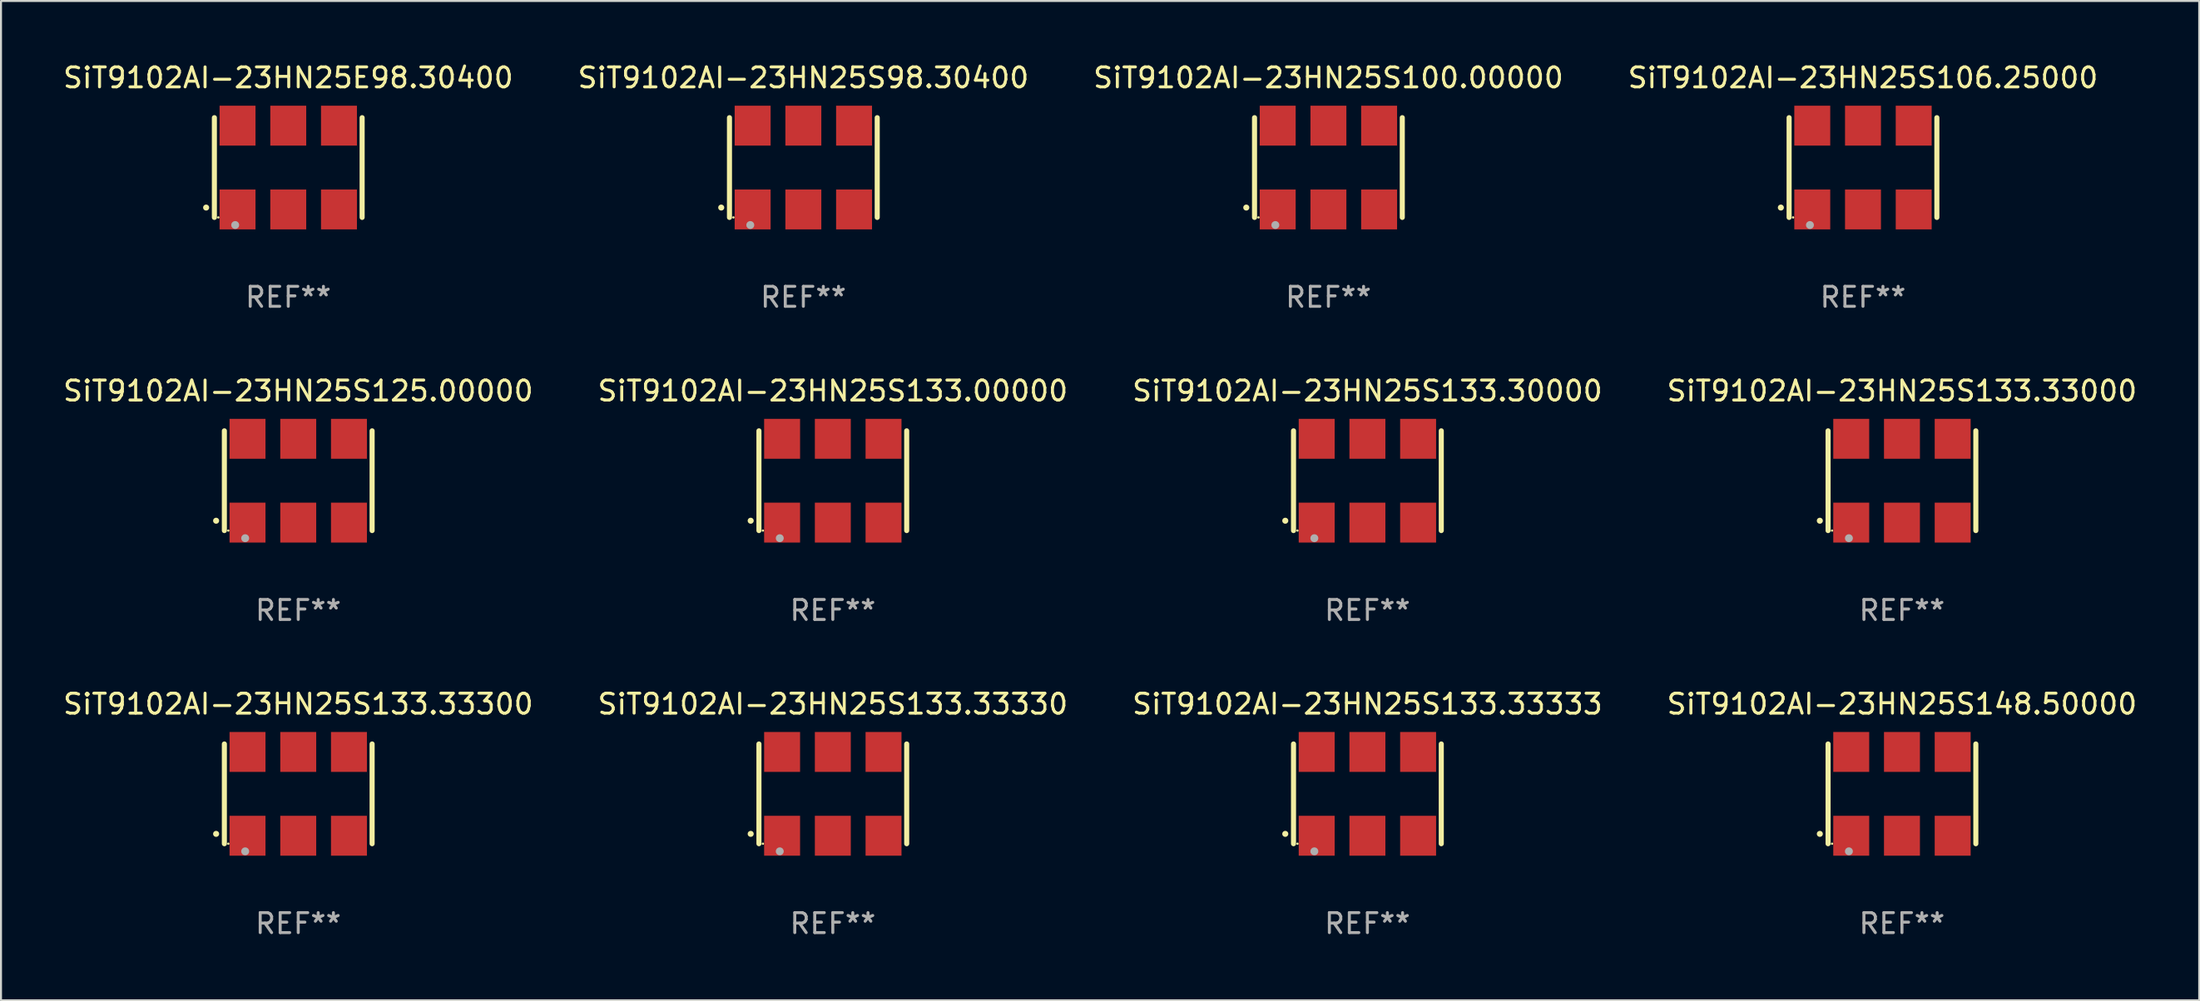
<source format=kicad_pcb>
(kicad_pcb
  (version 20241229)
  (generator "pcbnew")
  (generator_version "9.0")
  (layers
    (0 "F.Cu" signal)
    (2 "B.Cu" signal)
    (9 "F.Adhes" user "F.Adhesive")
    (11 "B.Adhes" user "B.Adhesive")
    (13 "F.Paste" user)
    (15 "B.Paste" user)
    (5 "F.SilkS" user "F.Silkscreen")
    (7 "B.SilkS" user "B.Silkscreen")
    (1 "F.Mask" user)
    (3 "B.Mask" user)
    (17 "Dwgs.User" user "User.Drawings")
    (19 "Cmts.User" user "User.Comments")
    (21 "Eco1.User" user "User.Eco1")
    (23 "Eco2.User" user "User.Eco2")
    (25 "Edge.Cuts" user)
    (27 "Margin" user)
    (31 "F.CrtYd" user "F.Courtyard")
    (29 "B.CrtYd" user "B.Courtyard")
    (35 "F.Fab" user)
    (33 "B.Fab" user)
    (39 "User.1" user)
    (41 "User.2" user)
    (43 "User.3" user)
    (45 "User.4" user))
  (footprint "SiT9102AI-23HN25S98.30400"
    (layer "F.Cu")
    (at 37.185 5.348)
    (property "Reference" "SiT9102AI-23HN25S98.30400" (at 0 -4.5 0) (layer "F.SilkS") (effects (font (size 1 1) (thickness 0.15))))
    (attr through_hole)
    (fp_line (start -3.7 -2.5) (end -3.7 2.5) (stroke (width 0.254) (type solid)) (layer "F.SilkS"))
    (fp_line (start 3.7 -2.5) (end 3.7 2.5) (stroke (width 0.254) (type solid)) (layer "F.SilkS"))
    (fp_arc (start -4.114415 2.006604) (mid -4.113145 2.006599) (end -4.111875 2.006604) (stroke (width 0.3) (type solid)) (layer "F.SilkS"))
    (fp_circle (center -3.502 2.5) (end -3.472 2.5) (stroke (width 0.06) (type solid)) (fill no) (layer "F.SilkS"))
    (fp_circle (center -2.657 2.882) (end -2.557 2.882) (stroke (width 0.2) (type solid)) (fill no) (layer "F.Fab"))
    (fp_text user "REF**" (at 0 6.5 0) (layer "F.Fab") (effects (font (size 1 1) (thickness 0.15))))
    (pad "1" smd rect (at -2.54 2.1) (size 1.8 2) (layers "F.Cu" "F.Mask" "F.Paste"))
    (pad "2" smd rect (at 0.000394 2.1) (size 1.8 2) (layers "F.Cu" "F.Mask" "F.Paste"))
    (pad "3" smd rect (at 2.54 2.1) (size 1.8 2) (layers "F.Cu" "F.Mask" "F.Paste"))
    (pad "4" smd rect (at 2.54 -2.1) (size 1.8 2) (layers "F.Cu" "F.Mask" "F.Paste"))
    (pad "5" smd rect (at 0.000394 -2.1) (size 1.8 2) (layers "F.Cu" "F.Mask" "F.Paste"))
    (pad "6" smd rect (at -2.54 -2.1) (size 1.8 2) (layers "F.Cu" "F.Mask" "F.Paste")))
  (footprint "SiT9102AI-23HN25S133.33333"
    (layer "F.Cu")
    (at 65.435 36.741)
    (property "Reference" "SiT9102AI-23HN25S133.33333" (at 0 -4.5 0) (layer "F.SilkS") (effects (font (size 1 1) (thickness 0.15))))
    (attr through_hole)
    (fp_line (start -3.7 -2.5) (end -3.7 2.5) (stroke (width 0.254) (type solid)) (layer "F.SilkS"))
    (fp_line (start 3.7 -2.5) (end 3.7 2.5) (stroke (width 0.254) (type solid)) (layer "F.SilkS"))
    (fp_arc (start -4.114415 2.006604) (mid -4.113145 2.006599) (end -4.111875 2.006604) (stroke (width 0.3) (type solid)) (layer "F.SilkS"))
    (fp_circle (center -3.502 2.5) (end -3.472 2.5) (stroke (width 0.06) (type solid)) (fill no) (layer "F.SilkS"))
    (fp_circle (center -2.657 2.882) (end -2.557 2.882) (stroke (width 0.2) (type solid)) (fill no) (layer "F.Fab"))
    (fp_text user "REF**" (at 0 6.5 0) (layer "F.Fab") (effects (font (size 1 1) (thickness 0.15))))
    (pad "1" smd rect (at -2.54 2.1) (size 1.8 2) (layers "F.Cu" "F.Mask" "F.Paste"))
    (pad "2" smd rect (at 0.000394 2.1) (size 1.8 2) (layers "F.Cu" "F.Mask" "F.Paste"))
    (pad "3" smd rect (at 2.54 2.1) (size 1.8 2) (layers "F.Cu" "F.Mask" "F.Paste"))
    (pad "4" smd rect (at 2.54 -2.1) (size 1.8 2) (layers "F.Cu" "F.Mask" "F.Paste"))
    (pad "5" smd rect (at 0.000394 -2.1) (size 1.8 2) (layers "F.Cu" "F.Mask" "F.Paste"))
    (pad "6" smd rect (at -2.54 -2.1) (size 1.8 2) (layers "F.Cu" "F.Mask" "F.Paste")))
  (footprint "SiT9102AI-23HN25S133.33300"
    (layer "F.Cu")
    (at 11.887 36.741)
    (property "Reference" "SiT9102AI-23HN25S133.33300" (at 0 -4.5 0) (layer "F.SilkS") (effects (font (size 1 1) (thickness 0.15))))
    (attr through_hole)
    (fp_line (start -3.7 -2.5) (end -3.7 2.5) (stroke (width 0.254) (type solid)) (layer "F.SilkS"))
    (fp_line (start 3.7 -2.5) (end 3.7 2.5) (stroke (width 0.254) (type solid)) (layer "F.SilkS"))
    (fp_arc (start -4.114415 2.006604) (mid -4.113145 2.006599) (end -4.111875 2.006604) (stroke (width 0.3) (type solid)) (layer "F.SilkS"))
    (fp_circle (center -3.502 2.5) (end -3.472 2.5) (stroke (width 0.06) (type solid)) (fill no) (layer "F.SilkS"))
    (fp_circle (center -2.657 2.882) (end -2.557 2.882) (stroke (width 0.2) (type solid)) (fill no) (layer "F.Fab"))
    (fp_text user "REF**" (at 0 6.5 0) (layer "F.Fab") (effects (font (size 1 1) (thickness 0.15))))
    (pad "1" smd rect (at -2.54 2.1) (size 1.8 2) (layers "F.Cu" "F.Mask" "F.Paste"))
    (pad "2" smd rect (at 0.000394 2.1) (size 1.8 2) (layers "F.Cu" "F.Mask" "F.Paste"))
    (pad "3" smd rect (at 2.54 2.1) (size 1.8 2) (layers "F.Cu" "F.Mask" "F.Paste"))
    (pad "4" smd rect (at 2.54 -2.1) (size 1.8 2) (layers "F.Cu" "F.Mask" "F.Paste"))
    (pad "5" smd rect (at 0.000394 -2.1) (size 1.8 2) (layers "F.Cu" "F.Mask" "F.Paste"))
    (pad "6" smd rect (at -2.54 -2.1) (size 1.8 2) (layers "F.Cu" "F.Mask" "F.Paste")))
  (footprint "SiT9102AI-23HN25S106.25000"
    (layer "F.Cu")
    (at 90.256 5.348)
    (property "Reference" "SiT9102AI-23HN25S106.25000" (at 0 -4.5 0) (layer "F.SilkS") (effects (font (size 1 1) (thickness 0.15))))
    (attr through_hole)
    (fp_line (start -3.7 -2.5) (end -3.7 2.5) (stroke (width 0.254) (type solid)) (layer "F.SilkS"))
    (fp_line (start 3.7 -2.5) (end 3.7 2.5) (stroke (width 0.254) (type solid)) (layer "F.SilkS"))
    (fp_arc (start -4.114415 2.006604) (mid -4.113145 2.006599) (end -4.111875 2.006604) (stroke (width 0.3) (type solid)) (layer "F.SilkS"))
    (fp_circle (center -3.502 2.5) (end -3.472 2.5) (stroke (width 0.06) (type solid)) (fill no) (layer "F.SilkS"))
    (fp_circle (center -2.657 2.882) (end -2.557 2.882) (stroke (width 0.2) (type solid)) (fill no) (layer "F.Fab"))
    (fp_text user "REF**" (at 0 6.5 0) (layer "F.Fab") (effects (font (size 1 1) (thickness 0.15))))
    (pad "1" smd rect (at -2.54 2.1) (size 1.8 2) (layers "F.Cu" "F.Mask" "F.Paste"))
    (pad "2" smd rect (at 0.000394 2.1) (size 1.8 2) (layers "F.Cu" "F.Mask" "F.Paste"))
    (pad "3" smd rect (at 2.54 2.1) (size 1.8 2) (layers "F.Cu" "F.Mask" "F.Paste"))
    (pad "4" smd rect (at 2.54 -2.1) (size 1.8 2) (layers "F.Cu" "F.Mask" "F.Paste"))
    (pad "5" smd rect (at 0.000394 -2.1) (size 1.8 2) (layers "F.Cu" "F.Mask" "F.Paste"))
    (pad "6" smd rect (at -2.54 -2.1) (size 1.8 2) (layers "F.Cu" "F.Mask" "F.Paste")))
  (footprint "SiT9102AI-23HN25S133.33330"
    (layer "F.Cu")
    (at 38.661 36.741)
    (property "Reference" "SiT9102AI-23HN25S133.33330" (at 0 -4.5 0) (layer "F.SilkS") (effects (font (size 1 1) (thickness 0.15))))
    (attr through_hole)
    (fp_line (start -3.7 -2.5) (end -3.7 2.5) (stroke (width 0.254) (type solid)) (layer "F.SilkS"))
    (fp_line (start 3.7 -2.5) (end 3.7 2.5) (stroke (width 0.254) (type solid)) (layer "F.SilkS"))
    (fp_arc (start -4.114415 2.006604) (mid -4.113145 2.006599) (end -4.111875 2.006604) (stroke (width 0.3) (type solid)) (layer "F.SilkS"))
    (fp_circle (center -3.502 2.5) (end -3.472 2.5) (stroke (width 0.06) (type solid)) (fill no) (layer "F.SilkS"))
    (fp_circle (center -2.657 2.882) (end -2.557 2.882) (stroke (width 0.2) (type solid)) (fill no) (layer "F.Fab"))
    (fp_text user "REF**" (at 0 6.5 0) (layer "F.Fab") (effects (font (size 1 1) (thickness 0.15))))
    (pad "1" smd rect (at -2.54 2.1) (size 1.8 2) (layers "F.Cu" "F.Mask" "F.Paste"))
    (pad "2" smd rect (at 0.000394 2.1) (size 1.8 2) (layers "F.Cu" "F.Mask" "F.Paste"))
    (pad "3" smd rect (at 2.54 2.1) (size 1.8 2) (layers "F.Cu" "F.Mask" "F.Paste"))
    (pad "4" smd rect (at 2.54 -2.1) (size 1.8 2) (layers "F.Cu" "F.Mask" "F.Paste"))
    (pad "5" smd rect (at 0.000394 -2.1) (size 1.8 2) (layers "F.Cu" "F.Mask" "F.Paste"))
    (pad "6" smd rect (at -2.54 -2.1) (size 1.8 2) (layers "F.Cu" "F.Mask" "F.Paste")))
  (footprint "SiT9102AI-23HN25S100.00000"
    (layer "F.Cu")
    (at 63.482 5.348)
    (property "Reference" "SiT9102AI-23HN25S100.00000" (at 0 -4.5 0) (layer "F.SilkS") (effects (font (size 1 1) (thickness 0.15))))
    (attr through_hole)
    (fp_line (start -3.7 -2.5) (end -3.7 2.5) (stroke (width 0.254) (type solid)) (layer "F.SilkS"))
    (fp_line (start 3.7 -2.5) (end 3.7 2.5) (stroke (width 0.254) (type solid)) (layer "F.SilkS"))
    (fp_arc (start -4.114415 2.006604) (mid -4.113145 2.006599) (end -4.111875 2.006604) (stroke (width 0.3) (type solid)) (layer "F.SilkS"))
    (fp_circle (center -3.502 2.5) (end -3.472 2.5) (stroke (width 0.06) (type solid)) (fill no) (layer "F.SilkS"))
    (fp_circle (center -2.657 2.882) (end -2.557 2.882) (stroke (width 0.2) (type solid)) (fill no) (layer "F.Fab"))
    (fp_text user "REF**" (at 0 6.5 0) (layer "F.Fab") (effects (font (size 1 1) (thickness 0.15))))
    (pad "1" smd rect (at -2.54 2.1) (size 1.8 2) (layers "F.Cu" "F.Mask" "F.Paste"))
    (pad "2" smd rect (at 0.000394 2.1) (size 1.8 2) (layers "F.Cu" "F.Mask" "F.Paste"))
    (pad "3" smd rect (at 2.54 2.1) (size 1.8 2) (layers "F.Cu" "F.Mask" "F.Paste"))
    (pad "4" smd rect (at 2.54 -2.1) (size 1.8 2) (layers "F.Cu" "F.Mask" "F.Paste"))
    (pad "5" smd rect (at 0.000394 -2.1) (size 1.8 2) (layers "F.Cu" "F.Mask" "F.Paste"))
    (pad "6" smd rect (at -2.54 -2.1) (size 1.8 2) (layers "F.Cu" "F.Mask" "F.Paste")))
  (footprint "SiT9102AI-23HN25S148.50000"
    (layer "F.Cu")
    (at 92.208 36.741)
    (property "Reference" "SiT9102AI-23HN25S148.50000" (at 0 -4.5 0) (layer "F.SilkS") (effects (font (size 1 1) (thickness 0.15))))
    (attr through_hole)
    (fp_line (start -3.7 -2.5) (end -3.7 2.5) (stroke (width 0.254) (type solid)) (layer "F.SilkS"))
    (fp_line (start 3.7 -2.5) (end 3.7 2.5) (stroke (width 0.254) (type solid)) (layer "F.SilkS"))
    (fp_arc (start -4.114415 2.006604) (mid -4.113145 2.006599) (end -4.111875 2.006604) (stroke (width 0.3) (type solid)) (layer "F.SilkS"))
    (fp_circle (center -3.502 2.5) (end -3.472 2.5) (stroke (width 0.06) (type solid)) (fill no) (layer "F.SilkS"))
    (fp_circle (center -2.657 2.882) (end -2.557 2.882) (stroke (width 0.2) (type solid)) (fill no) (layer "F.Fab"))
    (fp_text user "REF**" (at 0 6.5 0) (layer "F.Fab") (effects (font (size 1 1) (thickness 0.15))))
    (pad "1" smd rect (at -2.54 2.1) (size 1.8 2) (layers "F.Cu" "F.Mask" "F.Paste"))
    (pad "2" smd rect (at 0.000394 2.1) (size 1.8 2) (layers "F.Cu" "F.Mask" "F.Paste"))
    (pad "3" smd rect (at 2.54 2.1) (size 1.8 2) (layers "F.Cu" "F.Mask" "F.Paste"))
    (pad "4" smd rect (at 2.54 -2.1) (size 1.8 2) (layers "F.Cu" "F.Mask" "F.Paste"))
    (pad "5" smd rect (at 0.000394 -2.1) (size 1.8 2) (layers "F.Cu" "F.Mask" "F.Paste"))
    (pad "6" smd rect (at -2.54 -2.1) (size 1.8 2) (layers "F.Cu" "F.Mask" "F.Paste")))
  (footprint "SiT9102AI-23HN25S133.00000"
    (layer "F.Cu")
    (at 38.661 21.045)
    (property "Reference" "SiT9102AI-23HN25S133.00000" (at 0 -4.5 0) (layer "F.SilkS") (effects (font (size 1 1) (thickness 0.15))))
    (attr through_hole)
    (fp_line (start -3.7 -2.5) (end -3.7 2.5) (stroke (width 0.254) (type solid)) (layer "F.SilkS"))
    (fp_line (start 3.7 -2.5) (end 3.7 2.5) (stroke (width 0.254) (type solid)) (layer "F.SilkS"))
    (fp_arc (start -4.114415 2.006604) (mid -4.113145 2.006599) (end -4.111875 2.006604) (stroke (width 0.3) (type solid)) (layer "F.SilkS"))
    (fp_circle (center -3.502 2.5) (end -3.472 2.5) (stroke (width 0.06) (type solid)) (fill no) (layer "F.SilkS"))
    (fp_circle (center -2.657 2.882) (end -2.557 2.882) (stroke (width 0.2) (type solid)) (fill no) (layer "F.Fab"))
    (fp_text user "REF**" (at 0 6.5 0) (layer "F.Fab") (effects (font (size 1 1) (thickness 0.15))))
    (pad "1" smd rect (at -2.54 2.1) (size 1.8 2) (layers "F.Cu" "F.Mask" "F.Paste"))
    (pad "2" smd rect (at 0.000394 2.1) (size 1.8 2) (layers "F.Cu" "F.Mask" "F.Paste"))
    (pad "3" smd rect (at 2.54 2.1) (size 1.8 2) (layers "F.Cu" "F.Mask" "F.Paste"))
    (pad "4" smd rect (at 2.54 -2.1) (size 1.8 2) (layers "F.Cu" "F.Mask" "F.Paste"))
    (pad "5" smd rect (at 0.000394 -2.1) (size 1.8 2) (layers "F.Cu" "F.Mask" "F.Paste"))
    (pad "6" smd rect (at -2.54 -2.1) (size 1.8 2) (layers "F.Cu" "F.Mask" "F.Paste")))
  (footprint "SiT9102AI-23HN25E98.30400"
    (layer "F.Cu")
    (at 11.387 5.348)
    (property "Reference" "SiT9102AI-23HN25E98.30400" (at 0 -4.5 0) (layer "F.SilkS") (effects (font (size 1 1) (thickness 0.15))))
    (attr through_hole)
    (fp_line (start -3.7 -2.5) (end -3.7 2.5) (stroke (width 0.254) (type solid)) (layer "F.SilkS"))
    (fp_line (start 3.7 -2.5) (end 3.7 2.5) (stroke (width 0.254) (type solid)) (layer "F.SilkS"))
    (fp_arc (start -4.114415 2.006604) (mid -4.113145 2.006599) (end -4.111875 2.006604) (stroke (width 0.3) (type solid)) (layer "F.SilkS"))
    (fp_circle (center -3.502 2.5) (end -3.472 2.5) (stroke (width 0.06) (type solid)) (fill no) (layer "F.SilkS"))
    (fp_circle (center -2.657 2.882) (end -2.557 2.882) (stroke (width 0.2) (type solid)) (fill no) (layer "F.Fab"))
    (fp_text user "REF**" (at 0 6.5 0) (layer "F.Fab") (effects (font (size 1 1) (thickness 0.15))))
    (pad "1" smd rect (at -2.54 2.1) (size 1.8 2) (layers "F.Cu" "F.Mask" "F.Paste"))
    (pad "2" smd rect (at 0.000394 2.1) (size 1.8 2) (layers "F.Cu" "F.Mask" "F.Paste"))
    (pad "3" smd rect (at 2.54 2.1) (size 1.8 2) (layers "F.Cu" "F.Mask" "F.Paste"))
    (pad "4" smd rect (at 2.54 -2.1) (size 1.8 2) (layers "F.Cu" "F.Mask" "F.Paste"))
    (pad "5" smd rect (at 0.000394 -2.1) (size 1.8 2) (layers "F.Cu" "F.Mask" "F.Paste"))
    (pad "6" smd rect (at -2.54 -2.1) (size 1.8 2) (layers "F.Cu" "F.Mask" "F.Paste")))
  (footprint "SiT9102AI-23HN25S133.30000"
    (layer "F.Cu")
    (at 65.435 21.045)
    (property "Reference" "SiT9102AI-23HN25S133.30000" (at 0 -4.5 0) (layer "F.SilkS") (effects (font (size 1 1) (thickness 0.15))))
    (attr through_hole)
    (fp_line (start -3.7 -2.5) (end -3.7 2.5) (stroke (width 0.254) (type solid)) (layer "F.SilkS"))
    (fp_line (start 3.7 -2.5) (end 3.7 2.5) (stroke (width 0.254) (type solid)) (layer "F.SilkS"))
    (fp_arc (start -4.114415 2.006604) (mid -4.113145 2.006599) (end -4.111875 2.006604) (stroke (width 0.3) (type solid)) (layer "F.SilkS"))
    (fp_circle (center -3.502 2.5) (end -3.472 2.5) (stroke (width 0.06) (type solid)) (fill no) (layer "F.SilkS"))
    (fp_circle (center -2.657 2.882) (end -2.557 2.882) (stroke (width 0.2) (type solid)) (fill no) (layer "F.Fab"))
    (fp_text user "REF**" (at 0 6.5 0) (layer "F.Fab") (effects (font (size 1 1) (thickness 0.15))))
    (pad "1" smd rect (at -2.54 2.1) (size 1.8 2) (layers "F.Cu" "F.Mask" "F.Paste"))
    (pad "2" smd rect (at 0.000394 2.1) (size 1.8 2) (layers "F.Cu" "F.Mask" "F.Paste"))
    (pad "3" smd rect (at 2.54 2.1) (size 1.8 2) (layers "F.Cu" "F.Mask" "F.Paste"))
    (pad "4" smd rect (at 2.54 -2.1) (size 1.8 2) (layers "F.Cu" "F.Mask" "F.Paste"))
    (pad "5" smd rect (at 0.000394 -2.1) (size 1.8 2) (layers "F.Cu" "F.Mask" "F.Paste"))
    (pad "6" smd rect (at -2.54 -2.1) (size 1.8 2) (layers "F.Cu" "F.Mask" "F.Paste")))
  (footprint "SiT9102AI-23HN25S133.33000"
    (layer "F.Cu")
    (at 92.208 21.045)
    (property "Reference" "SiT9102AI-23HN25S133.33000" (at 0 -4.5 0) (layer "F.SilkS") (effects (font (size 1 1) (thickness 0.15))))
    (attr through_hole)
    (fp_line (start -3.7 -2.5) (end -3.7 2.5) (stroke (width 0.254) (type solid)) (layer "F.SilkS"))
    (fp_line (start 3.7 -2.5) (end 3.7 2.5) (stroke (width 0.254) (type solid)) (layer "F.SilkS"))
    (fp_arc (start -4.114415 2.006604) (mid -4.113145 2.006599) (end -4.111875 2.006604) (stroke (width 0.3) (type solid)) (layer "F.SilkS"))
    (fp_circle (center -3.502 2.5) (end -3.472 2.5) (stroke (width 0.06) (type solid)) (fill no) (layer "F.SilkS"))
    (fp_circle (center -2.657 2.882) (end -2.557 2.882) (stroke (width 0.2) (type solid)) (fill no) (layer "F.Fab"))
    (fp_text user "REF**" (at 0 6.5 0) (layer "F.Fab") (effects (font (size 1 1) (thickness 0.15))))
    (pad "1" smd rect (at -2.54 2.1) (size 1.8 2) (layers "F.Cu" "F.Mask" "F.Paste"))
    (pad "2" smd rect (at 0.000394 2.1) (size 1.8 2) (layers "F.Cu" "F.Mask" "F.Paste"))
    (pad "3" smd rect (at 2.54 2.1) (size 1.8 2) (layers "F.Cu" "F.Mask" "F.Paste"))
    (pad "4" smd rect (at 2.54 -2.1) (size 1.8 2) (layers "F.Cu" "F.Mask" "F.Paste"))
    (pad "5" smd rect (at 0.000394 -2.1) (size 1.8 2) (layers "F.Cu" "F.Mask" "F.Paste"))
    (pad "6" smd rect (at -2.54 -2.1) (size 1.8 2) (layers "F.Cu" "F.Mask" "F.Paste")))
  (footprint "SiT9102AI-23HN25S125.00000"
    (layer "F.Cu")
    (at 11.887 21.045)
    (property "Reference" "SiT9102AI-23HN25S125.00000" (at 0 -4.5 0) (layer "F.SilkS") (effects (font (size 1 1) (thickness 0.15))))
    (attr through_hole)
    (fp_line (start -3.7 -2.5) (end -3.7 2.5) (stroke (width 0.254) (type solid)) (layer "F.SilkS"))
    (fp_line (start 3.7 -2.5) (end 3.7 2.5) (stroke (width 0.254) (type solid)) (layer "F.SilkS"))
    (fp_arc (start -4.114415 2.006604) (mid -4.113145 2.006599) (end -4.111875 2.006604) (stroke (width 0.3) (type solid)) (layer "F.SilkS"))
    (fp_circle (center -3.502 2.5) (end -3.472 2.5) (stroke (width 0.06) (type solid)) (fill no) (layer "F.SilkS"))
    (fp_circle (center -2.657 2.882) (end -2.557 2.882) (stroke (width 0.2) (type solid)) (fill no) (layer "F.Fab"))
    (fp_text user "REF**" (at 0 6.5 0) (layer "F.Fab") (effects (font (size 1 1) (thickness 0.15))))
    (pad "1" smd rect (at -2.54 2.1) (size 1.8 2) (layers "F.Cu" "F.Mask" "F.Paste"))
    (pad "2" smd rect (at 0.000394 2.1) (size 1.8 2) (layers "F.Cu" "F.Mask" "F.Paste"))
    (pad "3" smd rect (at 2.54 2.1) (size 1.8 2) (layers "F.Cu" "F.Mask" "F.Paste"))
    (pad "4" smd rect (at 2.54 -2.1) (size 1.8 2) (layers "F.Cu" "F.Mask" "F.Paste"))
    (pad "5" smd rect (at 0.000394 -2.1) (size 1.8 2) (layers "F.Cu" "F.Mask" "F.Paste"))
    (pad "6" smd rect (at -2.54 -2.1) (size 1.8 2) (layers "F.Cu" "F.Mask" "F.Paste")))
  (gr_rect
    (start -3 -3)
    (end 107.095 47.09)
    (stroke (width 0.1) (type default))
    (fill no)
    (layer "Edge.Cuts")))
</source>
